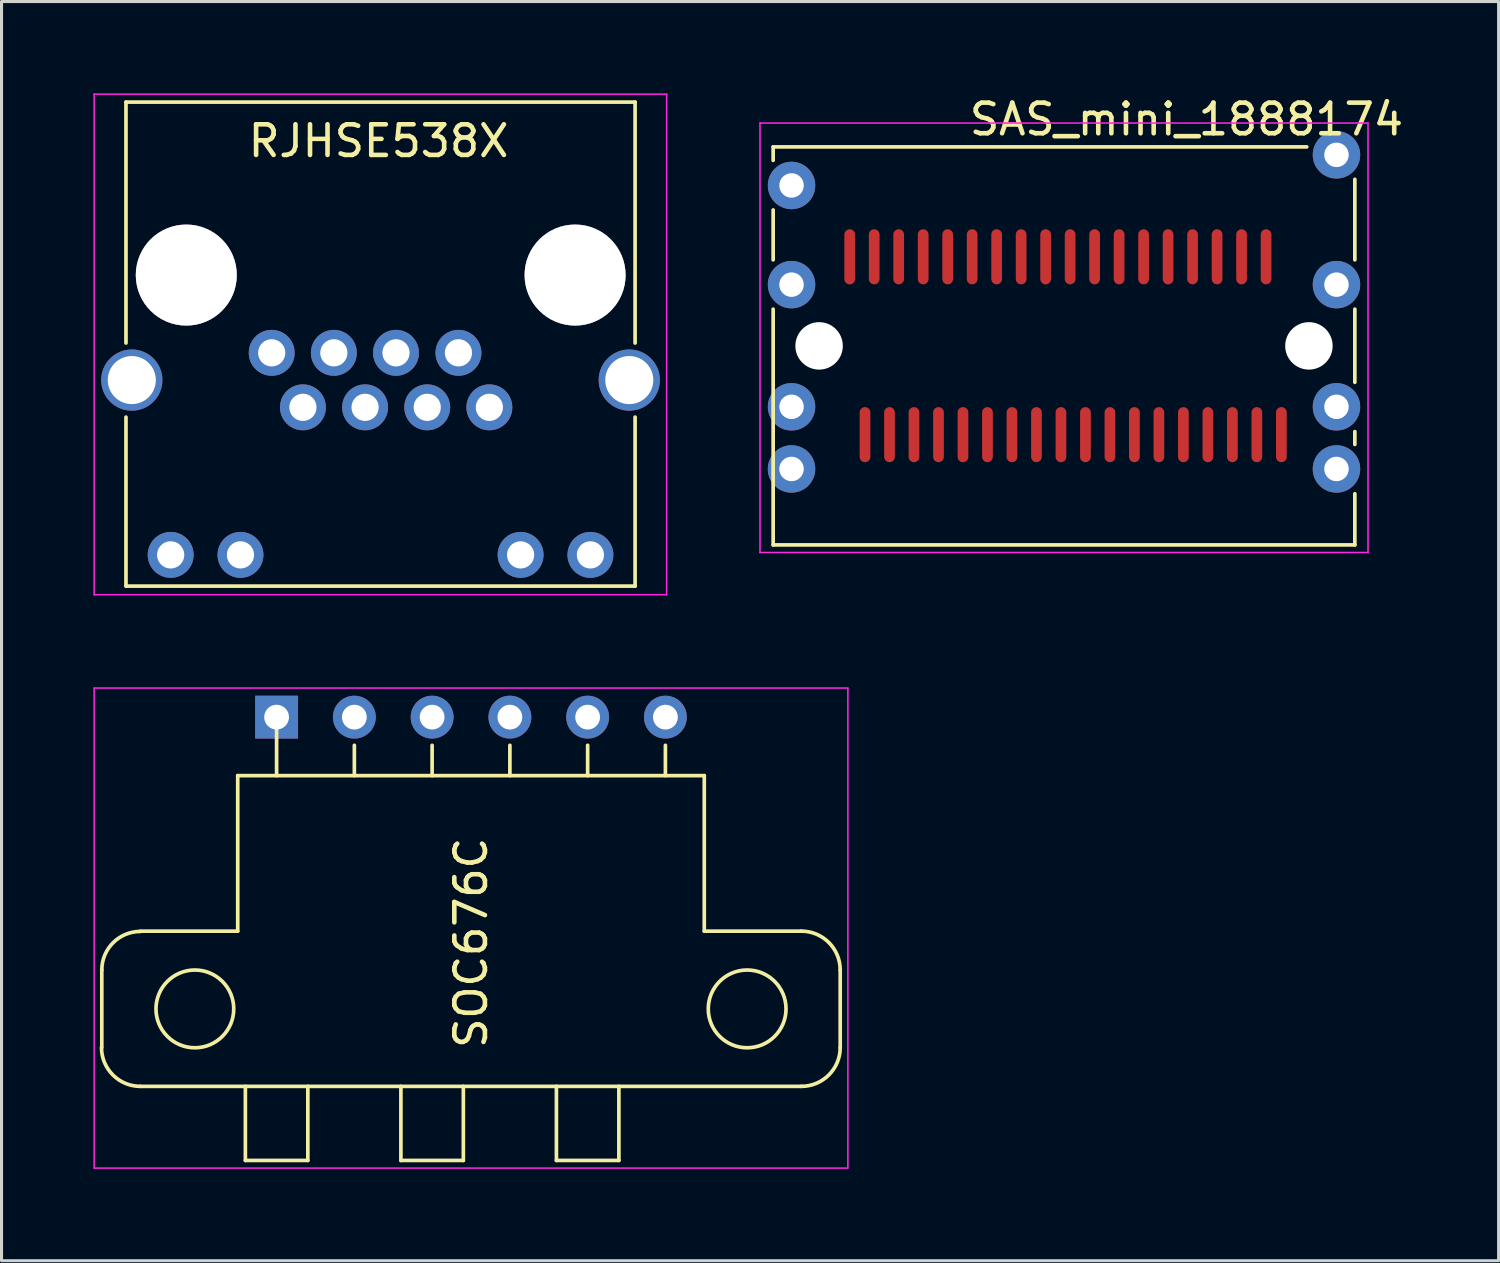
<source format=kicad_pcb>
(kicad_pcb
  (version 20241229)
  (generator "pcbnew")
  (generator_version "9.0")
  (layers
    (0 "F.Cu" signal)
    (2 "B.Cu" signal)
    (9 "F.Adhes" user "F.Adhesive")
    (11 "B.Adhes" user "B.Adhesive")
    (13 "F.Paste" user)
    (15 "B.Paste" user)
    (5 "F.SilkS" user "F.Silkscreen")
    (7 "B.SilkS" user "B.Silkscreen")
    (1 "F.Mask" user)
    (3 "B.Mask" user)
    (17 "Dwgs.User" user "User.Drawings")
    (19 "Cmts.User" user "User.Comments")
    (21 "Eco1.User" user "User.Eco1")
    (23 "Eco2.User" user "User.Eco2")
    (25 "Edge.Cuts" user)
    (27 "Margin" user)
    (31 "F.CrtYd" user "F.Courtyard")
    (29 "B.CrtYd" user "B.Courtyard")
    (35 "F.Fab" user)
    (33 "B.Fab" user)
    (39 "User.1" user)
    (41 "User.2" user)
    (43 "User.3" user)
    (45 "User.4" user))
  (footprint "SAS_mini_1888174"
    (layer "F.Cu")
    (at 31.705 7.138)
    (property "Reference" "SAS_mini_1888174" (at 4 -6.29 0) (layer "F.SilkS") (effects (font (size 1 1) (thickness 0.15))))
    (attr smd)
    (fp_line (start -9.5 -5.39) (end -9.5 -4.95) (stroke (width 0.12) (type solid)) (layer "F.SilkS"))
    (fp_line (start -9.5 -3.33) (end -9.5 -1.7) (stroke (width 0.12) (type solid)) (layer "F.SilkS"))
    (fp_line (start -9.5 -0.09) (end -9.5 7.61) (stroke (width 0.12) (type solid)) (layer "F.SilkS"))
    (fp_line (start -9.5 7.61) (end 9.5 7.61) (stroke (width 0.12) (type solid)) (layer "F.SilkS"))
    (fp_line (start 7.93 -5.39) (end -9.5 -5.39) (stroke (width 0.12) (type solid)) (layer "F.SilkS"))
    (fp_line (start 9.5 -4.33) (end 9.5 -1.7) (stroke (width 0.12) (type solid)) (layer "F.SilkS"))
    (fp_line (start 9.5 -0.09) (end 9.5 2.3) (stroke (width 0.12) (type solid)) (layer "F.SilkS"))
    (fp_line (start 9.5 3.91) (end 9.5 4.33) (stroke (width 0.12) (type solid)) (layer "F.SilkS"))
    (fp_line (start 9.5 5.94) (end 9.5 7.61) (stroke (width 0.12) (type solid)) (layer "F.SilkS"))
    (fp_line (start -9.93 -6.17) (end -9.93 7.86) (stroke (width 0.05) (type solid)) (layer "F.CrtYd"))
    (fp_line (start -9.93 -6.17) (end 9.93 -6.17) (stroke (width 0.05) (type solid)) (layer "F.CrtYd"))
    (fp_line (start 9.93 7.86) (end -9.93 7.86) (stroke (width 0.05) (type solid)) (layer "F.CrtYd"))
    (fp_line (start 9.93 7.86) (end 9.93 -6.17) (stroke (width 0.05) (type solid)) (layer "F.CrtYd"))
    (pad "" np_thru_hole circle (at -8 1.11) (size 1.55 1.55) (drill 1.55) (layers "*.Mask" "B.Cu"))
    (pad "" np_thru_hole circle (at 8 1.11) (size 1.55 1.55) (drill 1.55) (layers "*.Mask" "B.Cu"))
    (pad "1" thru_hole circle (at -8.9 -4.13) (size 1.55 1.55) (drill 0.8) (layers "*.Cu" "*.Mask"))
    (pad "2" thru_hole circle (at -8.9 -0.89) (size 1.55 1.55) (drill 0.8) (layers "*.Cu" "*.Mask"))
    (pad "3" thru_hole circle (at -8.9 3.1) (size 1.55 1.55) (drill 0.8) (layers "*.Cu" "*.Mask"))
    (pad "4" thru_hole circle (at -8.9 5.13) (size 1.55 1.55) (drill 0.8) (layers "*.Cu" "*.Mask"))
    (pad "5" thru_hole circle (at 8.9 -5.13) (size 1.55 1.55) (drill 0.8) (layers "*.Cu" "*.Mask"))
    (pad "6" thru_hole circle (at 8.9 -0.89) (size 1.55 1.55) (drill 0.8) (layers "*.Cu" "*.Mask"))
    (pad "7" thru_hole circle (at 8.9 3.1) (size 1.55 1.55) (drill 0.8) (layers "*.Cu" "*.Mask"))
    (pad "8" thru_hole circle (at 8.9 5.13) (size 1.55 1.55) (drill 0.8) (layers "*.Cu" "*.Mask"))
    (pad "A1" smd oval (at -6.5 4.01) (size 0.35 1.8) (layers "F.Cu" "F.Mask" "F.Paste"))
    (pad "A2" smd oval (at -5.7 4.01) (size 0.35 1.8) (layers "F.Cu" "F.Mask" "F.Paste"))
    (pad "A3" smd oval (at -4.9 4.01) (size 0.35 1.8) (layers "F.Cu" "F.Mask" "F.Paste"))
    (pad "A4" smd oval (at -4.1 4.01) (size 0.35 1.8) (layers "F.Cu" "F.Mask" "F.Paste"))
    (pad "A5" smd oval (at -3.3 4.01) (size 0.35 1.8) (layers "F.Cu" "F.Mask" "F.Paste"))
    (pad "A6" smd oval (at -2.5 4.01) (size 0.35 1.8) (layers "F.Cu" "F.Mask" "F.Paste"))
    (pad "A7" smd oval (at -1.7 4.01) (size 0.35 1.8) (layers "F.Cu" "F.Mask" "F.Paste"))
    (pad "A8" smd oval (at -0.9 4.01) (size 0.35 1.8) (layers "F.Cu" "F.Mask" "F.Paste"))
    (pad "A9" smd oval (at -0.1 4.01) (size 0.35 1.8) (layers "F.Cu" "F.Mask" "F.Paste"))
    (pad "A10" smd oval (at 0.7 4.01) (size 0.35 1.8) (layers "F.Cu" "F.Mask" "F.Paste"))
    (pad "A11" smd oval (at 1.5 4.01) (size 0.35 1.8) (layers "F.Cu" "F.Mask" "F.Paste"))
    (pad "A12" smd oval (at 2.3 4.01) (size 0.35 1.8) (layers "F.Cu" "F.Mask" "F.Paste"))
    (pad "A13" smd oval (at 3.1 4.01) (size 0.35 1.8) (layers "F.Cu" "F.Mask" "F.Paste"))
    (pad "A14" smd oval (at 3.9 4.01) (size 0.35 1.8) (layers "F.Cu" "F.Mask" "F.Paste"))
    (pad "A15" smd oval (at 4.7 4.01) (size 0.35 1.8) (layers "F.Cu" "F.Mask" "F.Paste"))
    (pad "A16" smd oval (at 5.5 4.01) (size 0.35 1.8) (layers "F.Cu" "F.Mask" "F.Paste"))
    (pad "A17" smd oval (at 6.3 4.01) (size 0.35 1.8) (layers "F.Cu" "F.Mask" "F.Paste"))
    (pad "A18" smd oval (at 7.1 4.01) (size 0.35 1.8) (layers "F.Cu" "F.Mask" "F.Paste"))
    (pad "B1" smd oval (at -7 -1.8) (size 0.35 1.8) (layers "F.Cu" "F.Mask" "F.Paste"))
    (pad "B2" smd oval (at -6.2 -1.8) (size 0.35 1.8) (layers "F.Cu" "F.Mask" "F.Paste"))
    (pad "B3" smd oval (at -5.4 -1.8) (size 0.35 1.8) (layers "F.Cu" "F.Mask" "F.Paste"))
    (pad "B4" smd oval (at -4.6 -1.8) (size 0.35 1.8) (layers "F.Cu" "F.Mask" "F.Paste"))
    (pad "B5" smd oval (at -3.8 -1.8) (size 0.35 1.8) (layers "F.Cu" "F.Mask" "F.Paste"))
    (pad "B6" smd oval (at -3 -1.8) (size 0.35 1.8) (layers "F.Cu" "F.Mask" "F.Paste"))
    (pad "B7" smd oval (at -2.2 -1.8) (size 0.35 1.8) (layers "F.Cu" "F.Mask" "F.Paste"))
    (pad "B8" smd oval (at -1.4 -1.8) (size 0.35 1.8) (layers "F.Cu" "F.Mask" "F.Paste"))
    (pad "B9" smd oval (at -0.6 -1.8) (size 0.35 1.8) (layers "F.Cu" "F.Mask" "F.Paste"))
    (pad "B10" smd oval (at 0.2 -1.8) (size 0.35 1.8) (layers "F.Cu" "F.Mask" "F.Paste"))
    (pad "B11" smd oval (at 1 -1.8) (size 0.35 1.8) (layers "F.Cu" "F.Mask" "F.Paste"))
    (pad "B12" smd oval (at 1.8 -1.8) (size 0.35 1.8) (layers "F.Cu" "F.Mask" "F.Paste"))
    (pad "B13" smd oval (at 2.6 -1.8) (size 0.35 1.8) (layers "F.Cu" "F.Mask" "F.Paste"))
    (pad "B14" smd oval (at 3.4 -1.8) (size 0.35 1.8) (layers "F.Cu" "F.Mask" "F.Paste"))
    (pad "B15" smd oval (at 4.2 -1.8) (size 0.35 1.8) (layers "F.Cu" "F.Mask" "F.Paste"))
    (pad "B16" smd oval (at 5 -1.8) (size 0.35 1.8) (layers "F.Cu" "F.Mask" "F.Paste"))
    (pad "B17" smd oval (at 5.8 -1.8) (size 0.35 1.8) (layers "F.Cu" "F.Mask" "F.Paste"))
    (pad "B18" smd oval (at 6.6 -1.8) (size 0.35 1.8) (layers "F.Cu" "F.Mask" "F.Paste")))
  (footprint "RJHSE538X"
    (layer "F.Cu")
    (at 5.825 8.475)
    (property "Reference" "RJHSE538X" (at 3.49 -6.92 0) (layer "F.SilkS") (effects (font (size 1 1) (thickness 0.15))))
    (attr through_hole)
    (fp_line (start -4.76 -8.19) (end -4.76 -0.32) (stroke (width 0.12) (type solid)) (layer "F.SilkS"))
    (fp_line (start -4.76 7.62) (end -4.76 2.1) (stroke (width 0.12) (type solid)) (layer "F.SilkS"))
    (fp_line (start 11.87 -8.19) (end -4.76 -8.19) (stroke (width 0.12) (type solid)) (layer "F.SilkS"))
    (fp_line (start 11.87 -8.19) (end 11.87 -0.32) (stroke (width 0.12) (type solid)) (layer "F.SilkS"))
    (fp_line (start 11.87 7.62) (end -4.76 7.62) (stroke (width 0.12) (type solid)) (layer "F.SilkS"))
    (fp_line (start 11.87 7.62) (end 11.87 2.1) (stroke (width 0.12) (type solid)) (layer "F.SilkS"))
    (fp_line (start -5.8 -8.45) (end -5.8 7.9) (stroke (width 0.05) (type solid)) (layer "F.CrtYd"))
    (fp_line (start -5.8 7.9) (end 12.9 7.9) (stroke (width 0.05) (type solid)) (layer "F.CrtYd"))
    (fp_line (start 12.9 -8.45) (end -5.8 -8.45) (stroke (width 0.05) (type solid)) (layer "F.CrtYd"))
    (fp_line (start 12.9 7.9) (end 12.9 -8.45) (stroke (width 0.05) (type solid)) (layer "F.CrtYd"))
    (pad "" thru_hole circle (at -4.57 0.89) (size 2 2) (drill 1.57) (layers "*.Cu" "*.Mask"))
    (pad "" thru_hole circle (at -2.79 -2.54) (size 3.3 3.3) (drill 3.3) (layers "*.Cu" "*.Mask"))
    (pad "" thru_hole circle (at 9.91 -2.54) (size 3.3 3.3) (drill 3.3) (layers "*.Cu" "*.Mask"))
    (pad "" thru_hole circle (at 11.68 0.89) (size 2 2) (drill 1.57) (layers "*.Cu" "*.Mask"))
    (pad "1" thru_hole circle (at 0 0) (size 1.5 1.5) (drill 0.89) (layers "*.Cu" "*.Mask"))
    (pad "2" thru_hole circle (at 1.02 1.78) (size 1.5 1.5) (drill 0.89) (layers "*.Cu" "*.Mask"))
    (pad "3" thru_hole circle (at 2.03 0) (size 1.5 1.5) (drill 0.89) (layers "*.Cu" "*.Mask"))
    (pad "4" thru_hole circle (at 3.05 1.78) (size 1.5 1.5) (drill 0.89) (layers "*.Cu" "*.Mask"))
    (pad "5" thru_hole circle (at 4.06 0) (size 1.5 1.5) (drill 0.89) (layers "*.Cu" "*.Mask"))
    (pad "6" thru_hole circle (at 5.08 1.78) (size 1.5 1.5) (drill 0.89) (layers "*.Cu" "*.Mask"))
    (pad "7" thru_hole circle (at 6.1 0) (size 1.5 1.5) (drill 0.89) (layers "*.Cu" "*.Mask"))
    (pad "8" thru_hole circle (at 7.11 1.78) (size 1.5 1.5) (drill 0.89) (layers "*.Cu" "*.Mask"))
    (pad "9" thru_hole circle (at -3.3 6.6) (size 1.5 1.5) (drill 0.89) (layers "*.Cu" "*.Mask"))
    (pad "10" thru_hole circle (at -1.02 6.6) (size 1.5 1.5) (drill 0.89) (layers "*.Cu" "*.Mask"))
    (pad "11" thru_hole circle (at 8.13 6.6) (size 1.5 1.5) (drill 0.89) (layers "*.Cu" "*.Mask"))
    (pad "12" thru_hole circle (at 10.41 6.6) (size 1.5 1.5) (drill 0.89) (layers "*.Cu" "*.Mask")))
  (footprint "SOC676C"
    (layer "F.Cu")
    (at 5.985 20.375)
    (property "Reference" "SOC676C" (at 6.35 7.37 90) (layer "F.SilkS") (effects (font (size 1 1) (thickness 0.15))))
    (attr through_hole)
    (fp_line (start -5.71 10.79) (end -5.71 8.26) (stroke (width 0.12) (type solid)) (layer "F.SilkS"))
    (fp_line (start -1.27 1.91) (end 13.97 1.91) (stroke (width 0.12) (type solid)) (layer "F.SilkS"))
    (fp_line (start -1.27 6.99) (end -4.45 6.99) (stroke (width 0.12) (type solid)) (layer "F.SilkS"))
    (fp_line (start -1.27 6.99) (end -1.27 1.91) (stroke (width 0.12) (type solid)) (layer "F.SilkS"))
    (fp_line (start -1.02 12.06) (end -1.02 14.48) (stroke (width 0.12) (type solid)) (layer "F.SilkS"))
    (fp_line (start -1.02 14.48) (end 1.02 14.48) (stroke (width 0.12) (type solid)) (layer "F.SilkS"))
    (fp_line (start 0 0) (end 0 1.91) (stroke (width 0.12) (type solid)) (layer "F.SilkS"))
    (fp_line (start 1.02 14.48) (end 1.02 12.06) (stroke (width 0.12) (type solid)) (layer "F.SilkS"))
    (fp_line (start 2.54 0.92) (end 2.54 1.91) (stroke (width 0.12) (type solid)) (layer "F.SilkS"))
    (fp_line (start 4.06 14.48) (end 4.06 12.06) (stroke (width 0.12) (type solid)) (layer "F.SilkS"))
    (fp_line (start 5.08 0.92) (end 5.08 1.91) (stroke (width 0.12) (type solid)) (layer "F.SilkS"))
    (fp_line (start 6.1 12.06) (end 6.1 14.48) (stroke (width 0.12) (type solid)) (layer "F.SilkS"))
    (fp_line (start 6.1 14.48) (end 4.06 14.48) (stroke (width 0.12) (type solid)) (layer "F.SilkS"))
    (fp_line (start 7.62 0.92) (end 7.62 1.91) (stroke (width 0.12) (type solid)) (layer "F.SilkS"))
    (fp_line (start 9.14 12.06) (end 9.14 14.48) (stroke (width 0.12) (type solid)) (layer "F.SilkS"))
    (fp_line (start 9.14 14.48) (end 11.18 14.48) (stroke (width 0.12) (type solid)) (layer "F.SilkS"))
    (fp_line (start 10.16 0.92) (end 10.16 1.91) (stroke (width 0.12) (type solid)) (layer "F.SilkS"))
    (fp_line (start 11.18 14.48) (end 11.18 12.06) (stroke (width 0.12) (type solid)) (layer "F.SilkS"))
    (fp_line (start 12.7 0.92) (end 12.7 1.91) (stroke (width 0.12) (type solid)) (layer "F.SilkS"))
    (fp_line (start 13.97 1.91) (end 13.97 6.99) (stroke (width 0.12) (type solid)) (layer "F.SilkS"))
    (fp_line (start 13.97 6.99) (end 17.14 6.99) (stroke (width 0.12) (type solid)) (layer "F.SilkS"))
    (fp_line (start 17.14 12.06) (end -4.45 12.06) (stroke (width 0.12) (type solid)) (layer "F.SilkS"))
    (fp_line (start 18.41 8.26) (end 18.41 10.79) (stroke (width 0.12) (type solid)) (layer "F.SilkS"))
    (fp_arc (start -5.71 8.26) (mid -5.340955 7.369045) (end -4.45 7) (stroke (width 0.12) (type solid)) (layer "F.SilkS"))
    (fp_arc (start -4.45 12.06) (mid -5.348026 11.688026) (end -5.72 10.79) (stroke (width 0.12) (type solid)) (layer "F.SilkS"))
    (fp_arc (start 17.14 6.99) (mid 18.038026 7.361974) (end 18.41 8.26) (stroke (width 0.12) (type solid)) (layer "F.SilkS"))
    (fp_arc (start 18.41 10.79) (mid 18.038026 11.688026) (end 17.14 12.06) (stroke (width 0.12) (type solid)) (layer "F.SilkS"))
    (fp_circle (center -2.67 9.53) (end -2.67 8.26) (stroke (width 0.12) (type solid)) (fill no) (layer "F.SilkS"))
    (fp_circle (center 15.37 9.53) (end 16.64 9.53) (stroke (width 0.12) (type solid)) (fill no) (layer "F.SilkS"))
    (fp_line (start -5.96 -0.95) (end -5.96 14.73) (stroke (width 0.05) (type solid)) (layer "F.CrtYd"))
    (fp_line (start -5.96 -0.95) (end 18.66 -0.95) (stroke (width 0.05) (type solid)) (layer "F.CrtYd"))
    (fp_line (start 18.66 14.73) (end -5.96 14.73) (stroke (width 0.05) (type solid)) (layer "F.CrtYd"))
    (fp_line (start 18.66 14.73) (end 18.66 -0.95) (stroke (width 0.05) (type solid)) (layer "F.CrtYd"))
    (pad "1" thru_hole rect (at 0 0 90) (size 1.4 1.4) (drill 0.81) (layers "*.Cu" "*.Mask"))
    (pad "2" thru_hole circle (at 2.54 0 90) (size 1.4 1.4) (drill 0.81) (layers "*.Cu" "*.Mask"))
    (pad "3" thru_hole circle (at 5.08 0 90) (size 1.4 1.4) (drill 0.81) (layers "*.Cu" "*.Mask"))
    (pad "4" thru_hole circle (at 7.62 0 90) (size 1.4 1.4) (drill 0.81) (layers "*.Cu" "*.Mask"))
    (pad "5" thru_hole circle (at 10.16 0 90) (size 1.4 1.4) (drill 0.81) (layers "*.Cu" "*.Mask"))
    (pad "6" thru_hole circle (at 12.7 0 90) (size 1.4 1.4) (drill 0.81) (layers "*.Cu" "*.Mask")))
  (gr_rect
    (start -3 -3)
    (end 45.901 38.13)
    (stroke (width 0.1) (type default))
    (fill no)
    (layer "Edge.Cuts")))
</source>
